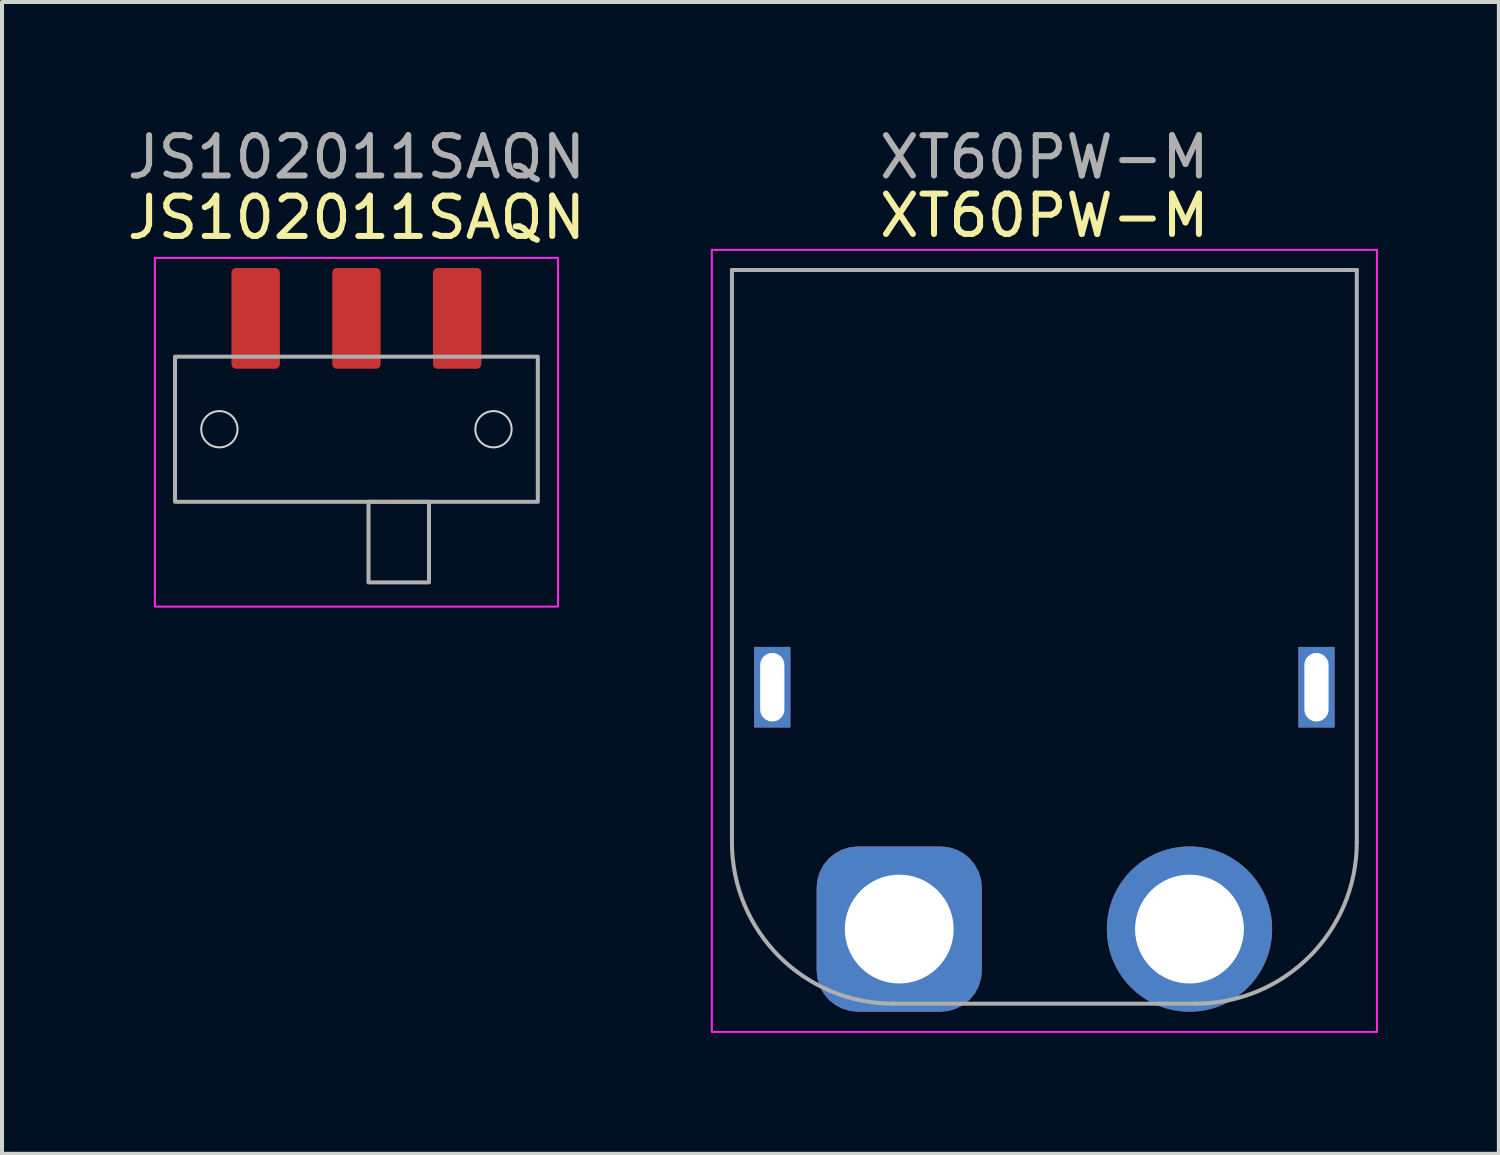
<source format=kicad_pcb>
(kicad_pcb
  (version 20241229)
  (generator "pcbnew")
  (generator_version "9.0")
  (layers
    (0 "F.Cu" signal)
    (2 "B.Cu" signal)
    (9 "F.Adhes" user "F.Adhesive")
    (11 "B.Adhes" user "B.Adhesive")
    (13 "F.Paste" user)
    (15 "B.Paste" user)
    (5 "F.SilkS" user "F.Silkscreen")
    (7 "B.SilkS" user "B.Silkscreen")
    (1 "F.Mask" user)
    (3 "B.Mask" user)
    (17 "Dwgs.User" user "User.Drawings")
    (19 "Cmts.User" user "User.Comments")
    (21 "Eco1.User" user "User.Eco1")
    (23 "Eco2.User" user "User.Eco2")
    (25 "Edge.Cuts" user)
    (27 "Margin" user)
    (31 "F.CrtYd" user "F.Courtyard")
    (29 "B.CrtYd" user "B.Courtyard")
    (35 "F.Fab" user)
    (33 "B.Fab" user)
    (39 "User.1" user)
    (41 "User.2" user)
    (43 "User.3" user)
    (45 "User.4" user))
  (footprint "JS102011SAQN"
    (layer "F.Cu")
    (at 5.792 4.848)
    (property "Reference" "JS102011SAQN" (at 0 -2.5 0) (unlocked yes) (layer "F.SilkS") (effects (font (size 1 1) (thickness 0.15))))
    (attr smd)
    (fp_circle (center -3.4 2.75) (end -2.95 2.75) (stroke (width 0.05) (type default)) (fill no) (layer "Edge.Cuts"))
    (fp_circle (center 3.4 2.75) (end 3.85 2.75) (stroke (width 0.05) (type default)) (fill no) (layer "Edge.Cuts"))
    (fp_rect (start -5 -1.5) (end 5 7.15) (stroke (width 0.05) (type default)) (fill no) (layer "F.CrtYd"))
    (fp_rect (start -4.5 0.95) (end 4.5 4.55) (stroke (width 0.1) (type default)) (fill no) (layer "F.Fab"))
    (fp_rect (start 0.3 4.55) (end 1.8 6.55) (stroke (width 0.1) (type default)) (fill no) (layer "F.Fab"))
    (fp_text user "${REFERENCE}" (at 0 -4 0) (unlocked yes) (layer "F.Fab") (effects (font (size 1 1) (thickness 0.15))))
    (pad "1" smd roundrect (at -2.5 0) (size 1.2 2.5) (layers "F.Cu" "F.Mask" "F.Paste") (roundrect_rratio 0.093))
    (pad "2" smd roundrect (at 0 0) (size 1.2 2.5) (layers "F.Cu" "F.Mask" "F.Paste") (roundrect_rratio 0.093))
    (pad "3" smd roundrect (at 2.5 0) (size 1.2 2.5) (layers "F.Cu" "F.Mask" "F.Paste") (roundrect_rratio 0.093)))
  (footprint "XT60PW-M"
    (layer "F.Cu")
    (at 22.858 13.998)
    (property "Reference" "XT60PW-M" (at 0 -11.7 0) (unlocked yes) (layer "F.SilkS") (effects (font (size 1 1) (thickness 0.15))))
    (attr through_hole)
    (fp_line (start -8.25 -10.85) (end -8.25 8.55) (stroke (width 0.05) (type solid)) (layer "F.CrtYd"))
    (fp_line (start -8.25 -10.85) (end 8.25 -10.85) (stroke (width 0.05) (type solid)) (layer "F.CrtYd"))
    (fp_line (start 8.25 -10.85) (end 8.25 8.55) (stroke (width 0.05) (type solid)) (layer "F.CrtYd"))
    (fp_line (start 8.25 8.55) (end -8.25 8.55) (stroke (width 0.05) (type solid)) (layer "F.CrtYd"))
    (fp_line (start -7.75 -10.35) (end -7.75 3.85) (stroke (width 0.1) (type solid)) (layer "F.Fab"))
    (fp_line (start -7.75 -10.35) (end 7.75 -10.35) (stroke (width 0.1) (type solid)) (layer "F.Fab"))
    (fp_line (start -3.75 7.85) (end 3.75 7.85) (stroke (width 0.1) (type solid)) (layer "F.Fab"))
    (fp_line (start 7.75 -10.35) (end 7.75 3.85) (stroke (width 0.1) (type solid)) (layer "F.Fab"))
    (fp_arc (start -3.75 7.85) (mid -6.578427 6.678427) (end -7.75 3.85) (stroke (width 0.1) (type solid)) (layer "F.Fab"))
    (fp_arc (start 7.75 3.85) (mid 6.578427 6.678427) (end 3.75 7.85) (stroke (width 0.1) (type solid)) (layer "F.Fab"))
    (fp_text user "${REFERENCE}" (at 0 -13.15 0) (unlocked yes) (layer "F.Fab") (effects (font (size 1 1) (thickness 0.15))))
    (pad "" thru_hole rect (at -6.75 0) (size 0.9 2) (drill oval 0.6 1.7) (layers "*.Cu" "*.Mask"))
    (pad "" thru_hole rect (at 6.75 0) (size 0.9 2) (drill oval 0.6 1.7) (layers "*.Cu" "*.Mask"))
    (pad "1" thru_hole roundrect (at -3.6 6) (size 4.1 4.1) (drill 2.7) (layers "*.Cu" "*.Mask") (roundrect_rratio 0.25))
    (pad "2" thru_hole circle (at 3.6 6) (size 4.1 4.1) (drill 2.7) (layers "*.Cu" "*.Mask")))
  (gr_rect
    (start -3 -3)
    (end 34.133 25.573)
    (stroke (width 0.1) (type default))
    (fill no)
    (layer "Edge.Cuts")))
</source>
